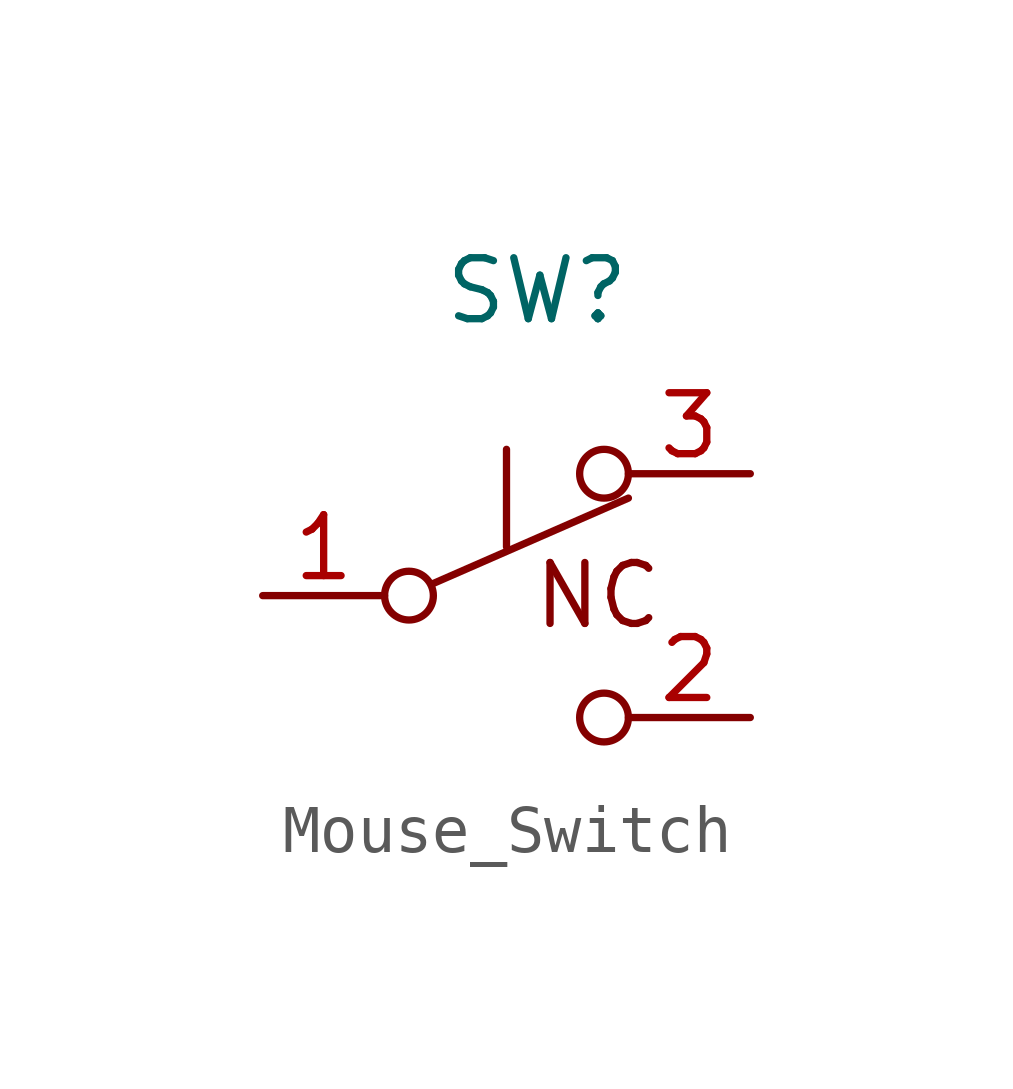
<source format=kicad_sym>
(kicad_symbol_lib
  (version 20220914)
  (generator kicad_symbol_editor)
  (symbol "Mouse_Switch"
    (pin_names hide)
    (property "Reference" "SW"
      (at 0 0 0)
      (effects (font (size 1.27 1.27))))
    (property "Value" ""
      (at 0 0 0)
      (effects (font (size 1.27 1.27))))
    (symbol "Mouse_Switch_0_0"
      (circle (center -2.667 -6.35) (radius 0.508) (stroke (width 0) (type default)) (fill (type none)))
      (polyline (pts (xy -0.635 -5.334) (xy -0.635 -3.302)) (stroke (width 0) (type default)) (fill (type none)))
      (circle (center 1.397 -8.89) (radius 0.508) (stroke (width 0) (type default)) (fill (type none))))
    (symbol "Mouse_Switch_0_1"
      (polyline (pts (xy -2.159 -6.096) (xy 1.905 -4.318)) (stroke (width 0) (type default)) (fill (type none)))
      (circle (center 1.397 -3.81) (radius 0.508) (stroke (width 0) (type default)) (fill (type none))))
    (symbol "Mouse_Switch_1_1"
      (text "NC\n" (at 1.27 -6.35 0) (effects (font (size 1.27 1.27))))
      (pin passive line (at -5.715 -6.35 0) (length 2.54) (name "B" (effects (font (size 1.27 1.27)))) (number "1" (effects (font (size 1.27 1.27)))))
      (pin passive line (at 4.445 -8.89 180) (length 2.54) (name "C" (effects (font (size 1.27 1.27)))) (number "2" (effects (font (size 1.27 1.27)))))
      (pin passive line (at 4.445 -3.81 180) (length 2.54) (name "A" (effects (font (size 1.27 1.27)))) (number "3" (effects (font (size 1.27 1.27))))))))
</source>
